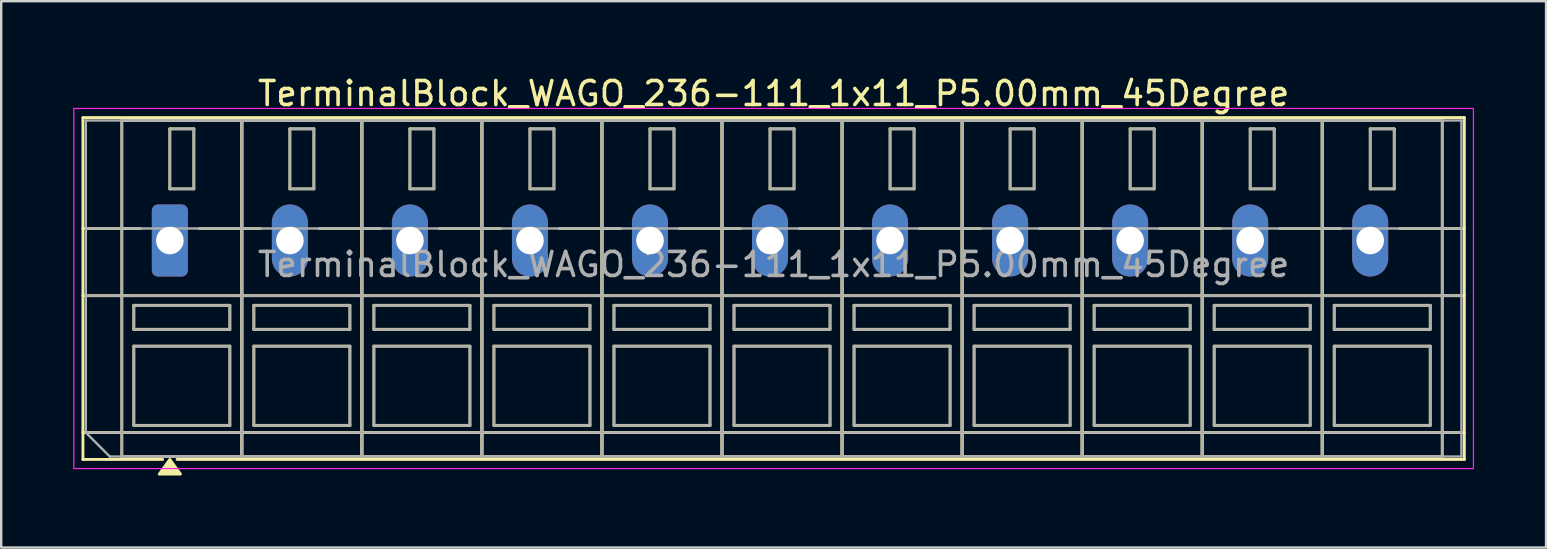
<source format=kicad_pcb>
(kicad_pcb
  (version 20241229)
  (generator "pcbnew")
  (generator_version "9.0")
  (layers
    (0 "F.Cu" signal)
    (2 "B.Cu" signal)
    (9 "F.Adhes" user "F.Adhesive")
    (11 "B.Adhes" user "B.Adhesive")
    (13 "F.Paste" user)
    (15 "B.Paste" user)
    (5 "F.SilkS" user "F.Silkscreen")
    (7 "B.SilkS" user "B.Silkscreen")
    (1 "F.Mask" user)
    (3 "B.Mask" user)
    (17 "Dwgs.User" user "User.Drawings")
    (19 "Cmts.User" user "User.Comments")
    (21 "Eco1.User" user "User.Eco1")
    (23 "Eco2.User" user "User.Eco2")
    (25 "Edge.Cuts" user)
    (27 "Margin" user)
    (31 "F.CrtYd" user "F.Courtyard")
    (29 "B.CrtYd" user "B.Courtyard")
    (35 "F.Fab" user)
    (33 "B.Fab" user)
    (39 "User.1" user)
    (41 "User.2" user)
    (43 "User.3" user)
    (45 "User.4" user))
  (footprint "TerminalBlock_WAGO_236-111_1x11_P5.00mm_45Degree"
    (layer "F.Cu")
    (at 4.025 6.968)
    (property "Reference" "TerminalBlock_WAGO_236-111_1x11_P5.00mm_45Degree" (at 25.15 -6.12 0) (layer "F.SilkS") (effects (font (size 1 1) (thickness 0.15))))
    (attr through_hole)
    (fp_line (start -3.62 -5.12) (end -3.62 9.12) (stroke (width 0.12) (type solid)) (layer "F.SilkS"))
    (fp_line (start -3.62 -5.12) (end 53.92 -5.12) (stroke (width 0.12) (type solid)) (layer "F.SilkS"))
    (fp_line (start -3.62 -0.5) (end -1.23 -0.5) (stroke (width 0.12) (type solid)) (layer "F.SilkS"))
    (fp_line (start -3.62 2.3) (end 53.92 2.3) (stroke (width 0.12) (type solid)) (layer "F.SilkS"))
    (fp_line (start -3.62 8) (end 53.92 8) (stroke (width 0.12) (type solid)) (layer "F.SilkS"))
    (fp_line (start -3.62 9.12) (end -0.3 9.12) (stroke (width 0.12) (type solid)) (layer "F.SilkS"))
    (fp_line (start -2 -5) (end -2 9) (stroke (width 0.12) (type solid)) (layer "F.SilkS"))
    (fp_line (start -2 -5) (end 3 -5) (stroke (width 0.12) (type solid)) (layer "F.SilkS"))
    (fp_line (start -2 9) (end 3 9) (stroke (width 0.12) (type solid)) (layer "F.SilkS"))
    (fp_line (start -1.5 2.7) (end -1.5 3.7) (stroke (width 0.12) (type solid)) (layer "F.SilkS"))
    (fp_line (start -1.5 2.7) (end 2.5 2.7) (stroke (width 0.12) (type solid)) (layer "F.SilkS"))
    (fp_line (start -1.5 3.7) (end 2.5 3.7) (stroke (width 0.12) (type solid)) (layer "F.SilkS"))
    (fp_line (start -1.5 4.4) (end -1.5 7.7) (stroke (width 0.12) (type solid)) (layer "F.SilkS"))
    (fp_line (start -1.5 4.4) (end 2.5 4.4) (stroke (width 0.12) (type solid)) (layer "F.SilkS"))
    (fp_line (start -1.5 7.7) (end 2.5 7.7) (stroke (width 0.12) (type solid)) (layer "F.SilkS"))
    (fp_line (start 0 -4.65) (end 0 -2.15) (stroke (width 0.12) (type solid)) (layer "F.SilkS"))
    (fp_line (start 0 -4.65) (end 1 -4.65) (stroke (width 0.12) (type solid)) (layer "F.SilkS"))
    (fp_line (start 0 -2.15) (end 1 -2.15) (stroke (width 0.12) (type solid)) (layer "F.SilkS"))
    (fp_line (start 0.3 9.12) (end 53.92 9.12) (stroke (width 0.12) (type solid)) (layer "F.SilkS"))
    (fp_line (start 1 -4.65) (end 1 -2.15) (stroke (width 0.12) (type solid)) (layer "F.SilkS"))
    (fp_line (start 1.23 -0.5) (end 3.77 -0.5) (stroke (width 0.12) (type solid)) (layer "F.SilkS"))
    (fp_line (start 2.5 2.7) (end 2.5 3.7) (stroke (width 0.12) (type solid)) (layer "F.SilkS"))
    (fp_line (start 2.5 4.4) (end 2.5 7.7) (stroke (width 0.12) (type solid)) (layer "F.SilkS"))
    (fp_line (start 3 -5) (end 3 9) (stroke (width 0.12) (type solid)) (layer "F.SilkS"))
    (fp_line (start 3 -5) (end 3 9) (stroke (width 0.12) (type solid)) (layer "F.SilkS"))
    (fp_line (start 3 -5) (end 8 -5) (stroke (width 0.12) (type solid)) (layer "F.SilkS"))
    (fp_line (start 3 9) (end 8 9) (stroke (width 0.12) (type solid)) (layer "F.SilkS"))
    (fp_line (start 3.5 2.7) (end 3.5 3.7) (stroke (width 0.12) (type solid)) (layer "F.SilkS"))
    (fp_line (start 3.5 2.7) (end 7.5 2.7) (stroke (width 0.12) (type solid)) (layer "F.SilkS"))
    (fp_line (start 3.5 3.7) (end 7.5 3.7) (stroke (width 0.12) (type solid)) (layer "F.SilkS"))
    (fp_line (start 3.5 4.4) (end 3.5 7.7) (stroke (width 0.12) (type solid)) (layer "F.SilkS"))
    (fp_line (start 3.5 4.4) (end 7.5 4.4) (stroke (width 0.12) (type solid)) (layer "F.SilkS"))
    (fp_line (start 3.5 7.7) (end 7.5 7.7) (stroke (width 0.12) (type solid)) (layer "F.SilkS"))
    (fp_line (start 5 -4.65) (end 5 -2.15) (stroke (width 0.12) (type solid)) (layer "F.SilkS"))
    (fp_line (start 5 -4.65) (end 6 -4.65) (stroke (width 0.12) (type solid)) (layer "F.SilkS"))
    (fp_line (start 5 -2.15) (end 6 -2.15) (stroke (width 0.12) (type solid)) (layer "F.SilkS"))
    (fp_line (start 6 -4.65) (end 6 -2.15) (stroke (width 0.12) (type solid)) (layer "F.SilkS"))
    (fp_line (start 6.23 -0.5) (end 8.77 -0.5) (stroke (width 0.12) (type solid)) (layer "F.SilkS"))
    (fp_line (start 7.5 2.7) (end 7.5 3.7) (stroke (width 0.12) (type solid)) (layer "F.SilkS"))
    (fp_line (start 7.5 4.4) (end 7.5 7.7) (stroke (width 0.12) (type solid)) (layer "F.SilkS"))
    (fp_line (start 8 -5) (end 8 9) (stroke (width 0.12) (type solid)) (layer "F.SilkS"))
    (fp_line (start 8 -5) (end 8 9) (stroke (width 0.12) (type solid)) (layer "F.SilkS"))
    (fp_line (start 8 -5) (end 13 -5) (stroke (width 0.12) (type solid)) (layer "F.SilkS"))
    (fp_line (start 8 9) (end 13 9) (stroke (width 0.12) (type solid)) (layer "F.SilkS"))
    (fp_line (start 8.5 2.7) (end 8.5 3.7) (stroke (width 0.12) (type solid)) (layer "F.SilkS"))
    (fp_line (start 8.5 2.7) (end 12.5 2.7) (stroke (width 0.12) (type solid)) (layer "F.SilkS"))
    (fp_line (start 8.5 3.7) (end 12.5 3.7) (stroke (width 0.12) (type solid)) (layer "F.SilkS"))
    (fp_line (start 8.5 4.4) (end 8.5 7.7) (stroke (width 0.12) (type solid)) (layer "F.SilkS"))
    (fp_line (start 8.5 4.4) (end 12.5 4.4) (stroke (width 0.12) (type solid)) (layer "F.SilkS"))
    (fp_line (start 8.5 7.7) (end 12.5 7.7) (stroke (width 0.12) (type solid)) (layer "F.SilkS"))
    (fp_line (start 10 -4.65) (end 10 -2.15) (stroke (width 0.12) (type solid)) (layer "F.SilkS"))
    (fp_line (start 10 -4.65) (end 11 -4.65) (stroke (width 0.12) (type solid)) (layer "F.SilkS"))
    (fp_line (start 10 -2.15) (end 11 -2.15) (stroke (width 0.12) (type solid)) (layer "F.SilkS"))
    (fp_line (start 11 -4.65) (end 11 -2.15) (stroke (width 0.12) (type solid)) (layer "F.SilkS"))
    (fp_line (start 11.23 -0.5) (end 13.77 -0.5) (stroke (width 0.12) (type solid)) (layer "F.SilkS"))
    (fp_line (start 12.5 2.7) (end 12.5 3.7) (stroke (width 0.12) (type solid)) (layer "F.SilkS"))
    (fp_line (start 12.5 4.4) (end 12.5 7.7) (stroke (width 0.12) (type solid)) (layer "F.SilkS"))
    (fp_line (start 13 -5) (end 13 9) (stroke (width 0.12) (type solid)) (layer "F.SilkS"))
    (fp_line (start 13 -5) (end 13 9) (stroke (width 0.12) (type solid)) (layer "F.SilkS"))
    (fp_line (start 13 -5) (end 18 -5) (stroke (width 0.12) (type solid)) (layer "F.SilkS"))
    (fp_line (start 13 9) (end 18 9) (stroke (width 0.12) (type solid)) (layer "F.SilkS"))
    (fp_line (start 13.5 2.7) (end 13.5 3.7) (stroke (width 0.12) (type solid)) (layer "F.SilkS"))
    (fp_line (start 13.5 2.7) (end 17.5 2.7) (stroke (width 0.12) (type solid)) (layer "F.SilkS"))
    (fp_line (start 13.5 3.7) (end 17.5 3.7) (stroke (width 0.12) (type solid)) (layer "F.SilkS"))
    (fp_line (start 13.5 4.4) (end 13.5 7.7) (stroke (width 0.12) (type solid)) (layer "F.SilkS"))
    (fp_line (start 13.5 4.4) (end 17.5 4.4) (stroke (width 0.12) (type solid)) (layer "F.SilkS"))
    (fp_line (start 13.5 7.7) (end 17.5 7.7) (stroke (width 0.12) (type solid)) (layer "F.SilkS"))
    (fp_line (start 15 -4.65) (end 15 -2.15) (stroke (width 0.12) (type solid)) (layer "F.SilkS"))
    (fp_line (start 15 -4.65) (end 16 -4.65) (stroke (width 0.12) (type solid)) (layer "F.SilkS"))
    (fp_line (start 15 -2.15) (end 16 -2.15) (stroke (width 0.12) (type solid)) (layer "F.SilkS"))
    (fp_line (start 16 -4.65) (end 16 -2.15) (stroke (width 0.12) (type solid)) (layer "F.SilkS"))
    (fp_line (start 16.23 -0.5) (end 18.77 -0.5) (stroke (width 0.12) (type solid)) (layer "F.SilkS"))
    (fp_line (start 17.5 2.7) (end 17.5 3.7) (stroke (width 0.12) (type solid)) (layer "F.SilkS"))
    (fp_line (start 17.5 4.4) (end 17.5 7.7) (stroke (width 0.12) (type solid)) (layer "F.SilkS"))
    (fp_line (start 18 -5) (end 18 9) (stroke (width 0.12) (type solid)) (layer "F.SilkS"))
    (fp_line (start 18 -5) (end 18 9) (stroke (width 0.12) (type solid)) (layer "F.SilkS"))
    (fp_line (start 18 -5) (end 23 -5) (stroke (width 0.12) (type solid)) (layer "F.SilkS"))
    (fp_line (start 18 9) (end 23 9) (stroke (width 0.12) (type solid)) (layer "F.SilkS"))
    (fp_line (start 18.5 2.7) (end 18.5 3.7) (stroke (width 0.12) (type solid)) (layer "F.SilkS"))
    (fp_line (start 18.5 2.7) (end 22.5 2.7) (stroke (width 0.12) (type solid)) (layer "F.SilkS"))
    (fp_line (start 18.5 3.7) (end 22.5 3.7) (stroke (width 0.12) (type solid)) (layer "F.SilkS"))
    (fp_line (start 18.5 4.4) (end 18.5 7.7) (stroke (width 0.12) (type solid)) (layer "F.SilkS"))
    (fp_line (start 18.5 4.4) (end 22.5 4.4) (stroke (width 0.12) (type solid)) (layer "F.SilkS"))
    (fp_line (start 18.5 7.7) (end 22.5 7.7) (stroke (width 0.12) (type solid)) (layer "F.SilkS"))
    (fp_line (start 20 -4.65) (end 20 -2.15) (stroke (width 0.12) (type solid)) (layer "F.SilkS"))
    (fp_line (start 20 -4.65) (end 21 -4.65) (stroke (width 0.12) (type solid)) (layer "F.SilkS"))
    (fp_line (start 20 -2.15) (end 21 -2.15) (stroke (width 0.12) (type solid)) (layer "F.SilkS"))
    (fp_line (start 21 -4.65) (end 21 -2.15) (stroke (width 0.12) (type solid)) (layer "F.SilkS"))
    (fp_line (start 21.23 -0.5) (end 23.77 -0.5) (stroke (width 0.12) (type solid)) (layer "F.SilkS"))
    (fp_line (start 22.5 2.7) (end 22.5 3.7) (stroke (width 0.12) (type solid)) (layer "F.SilkS"))
    (fp_line (start 22.5 4.4) (end 22.5 7.7) (stroke (width 0.12) (type solid)) (layer "F.SilkS"))
    (fp_line (start 23 -5) (end 23 9) (stroke (width 0.12) (type solid)) (layer "F.SilkS"))
    (fp_line (start 23 -5) (end 23 9) (stroke (width 0.12) (type solid)) (layer "F.SilkS"))
    (fp_line (start 23 -5) (end 28 -5) (stroke (width 0.12) (type solid)) (layer "F.SilkS"))
    (fp_line (start 23 9) (end 28 9) (stroke (width 0.12) (type solid)) (layer "F.SilkS"))
    (fp_line (start 23.5 2.7) (end 23.5 3.7) (stroke (width 0.12) (type solid)) (layer "F.SilkS"))
    (fp_line (start 23.5 2.7) (end 27.5 2.7) (stroke (width 0.12) (type solid)) (layer "F.SilkS"))
    (fp_line (start 23.5 3.7) (end 27.5 3.7) (stroke (width 0.12) (type solid)) (layer "F.SilkS"))
    (fp_line (start 23.5 4.4) (end 23.5 7.7) (stroke (width 0.12) (type solid)) (layer "F.SilkS"))
    (fp_line (start 23.5 4.4) (end 27.5 4.4) (stroke (width 0.12) (type solid)) (layer "F.SilkS"))
    (fp_line (start 23.5 7.7) (end 27.5 7.7) (stroke (width 0.12) (type solid)) (layer "F.SilkS"))
    (fp_line (start 25 -4.65) (end 25 -2.15) (stroke (width 0.12) (type solid)) (layer "F.SilkS"))
    (fp_line (start 25 -4.65) (end 26 -4.65) (stroke (width 0.12) (type solid)) (layer "F.SilkS"))
    (fp_line (start 25 -2.15) (end 26 -2.15) (stroke (width 0.12) (type solid)) (layer "F.SilkS"))
    (fp_line (start 26 -4.65) (end 26 -2.15) (stroke (width 0.12) (type solid)) (layer "F.SilkS"))
    (fp_line (start 26.23 -0.5) (end 28.77 -0.5) (stroke (width 0.12) (type solid)) (layer "F.SilkS"))
    (fp_line (start 27.5 2.7) (end 27.5 3.7) (stroke (width 0.12) (type solid)) (layer "F.SilkS"))
    (fp_line (start 27.5 4.4) (end 27.5 7.7) (stroke (width 0.12) (type solid)) (layer "F.SilkS"))
    (fp_line (start 28 -5) (end 28 9) (stroke (width 0.12) (type solid)) (layer "F.SilkS"))
    (fp_line (start 28 -5) (end 28 9) (stroke (width 0.12) (type solid)) (layer "F.SilkS"))
    (fp_line (start 28 -5) (end 33 -5) (stroke (width 0.12) (type solid)) (layer "F.SilkS"))
    (fp_line (start 28 9) (end 33 9) (stroke (width 0.12) (type solid)) (layer "F.SilkS"))
    (fp_line (start 28.5 2.7) (end 28.5 3.7) (stroke (width 0.12) (type solid)) (layer "F.SilkS"))
    (fp_line (start 28.5 2.7) (end 32.5 2.7) (stroke (width 0.12) (type solid)) (layer "F.SilkS"))
    (fp_line (start 28.5 3.7) (end 32.5 3.7) (stroke (width 0.12) (type solid)) (layer "F.SilkS"))
    (fp_line (start 28.5 4.4) (end 28.5 7.7) (stroke (width 0.12) (type solid)) (layer "F.SilkS"))
    (fp_line (start 28.5 4.4) (end 32.5 4.4) (stroke (width 0.12) (type solid)) (layer "F.SilkS"))
    (fp_line (start 28.5 7.7) (end 32.5 7.7) (stroke (width 0.12) (type solid)) (layer "F.SilkS"))
    (fp_line (start 30 -4.65) (end 30 -2.15) (stroke (width 0.12) (type solid)) (layer "F.SilkS"))
    (fp_line (start 30 -4.65) (end 31 -4.65) (stroke (width 0.12) (type solid)) (layer "F.SilkS"))
    (fp_line (start 30 -2.15) (end 31 -2.15) (stroke (width 0.12) (type solid)) (layer "F.SilkS"))
    (fp_line (start 31 -4.65) (end 31 -2.15) (stroke (width 0.12) (type solid)) (layer "F.SilkS"))
    (fp_line (start 31.23 -0.5) (end 33.77 -0.5) (stroke (width 0.12) (type solid)) (layer "F.SilkS"))
    (fp_line (start 32.5 2.7) (end 32.5 3.7) (stroke (width 0.12) (type solid)) (layer "F.SilkS"))
    (fp_line (start 32.5 4.4) (end 32.5 7.7) (stroke (width 0.12) (type solid)) (layer "F.SilkS"))
    (fp_line (start 33 -5) (end 33 9) (stroke (width 0.12) (type solid)) (layer "F.SilkS"))
    (fp_line (start 33 -5) (end 33 9) (stroke (width 0.12) (type solid)) (layer "F.SilkS"))
    (fp_line (start 33 -5) (end 38 -5) (stroke (width 0.12) (type solid)) (layer "F.SilkS"))
    (fp_line (start 33 9) (end 38 9) (stroke (width 0.12) (type solid)) (layer "F.SilkS"))
    (fp_line (start 33.5 2.7) (end 33.5 3.7) (stroke (width 0.12) (type solid)) (layer "F.SilkS"))
    (fp_line (start 33.5 2.7) (end 37.5 2.7) (stroke (width 0.12) (type solid)) (layer "F.SilkS"))
    (fp_line (start 33.5 3.7) (end 37.5 3.7) (stroke (width 0.12) (type solid)) (layer "F.SilkS"))
    (fp_line (start 33.5 4.4) (end 33.5 7.7) (stroke (width 0.12) (type solid)) (layer "F.SilkS"))
    (fp_line (start 33.5 4.4) (end 37.5 4.4) (stroke (width 0.12) (type solid)) (layer "F.SilkS"))
    (fp_line (start 33.5 7.7) (end 37.5 7.7) (stroke (width 0.12) (type solid)) (layer "F.SilkS"))
    (fp_line (start 35 -4.65) (end 35 -2.15) (stroke (width 0.12) (type solid)) (layer "F.SilkS"))
    (fp_line (start 35 -4.65) (end 36 -4.65) (stroke (width 0.12) (type solid)) (layer "F.SilkS"))
    (fp_line (start 35 -2.15) (end 36 -2.15) (stroke (width 0.12) (type solid)) (layer "F.SilkS"))
    (fp_line (start 36 -4.65) (end 36 -2.15) (stroke (width 0.12) (type solid)) (layer "F.SilkS"))
    (fp_line (start 36.23 -0.5) (end 38.77 -0.5) (stroke (width 0.12) (type solid)) (layer "F.SilkS"))
    (fp_line (start 37.5 2.7) (end 37.5 3.7) (stroke (width 0.12) (type solid)) (layer "F.SilkS"))
    (fp_line (start 37.5 4.4) (end 37.5 7.7) (stroke (width 0.12) (type solid)) (layer "F.SilkS"))
    (fp_line (start 38 -5) (end 38 9) (stroke (width 0.12) (type solid)) (layer "F.SilkS"))
    (fp_line (start 38 -5) (end 38 9) (stroke (width 0.12) (type solid)) (layer "F.SilkS"))
    (fp_line (start 38 -5) (end 43 -5) (stroke (width 0.12) (type solid)) (layer "F.SilkS"))
    (fp_line (start 38 9) (end 43 9) (stroke (width 0.12) (type solid)) (layer "F.SilkS"))
    (fp_line (start 38.5 2.7) (end 38.5 3.7) (stroke (width 0.12) (type solid)) (layer "F.SilkS"))
    (fp_line (start 38.5 2.7) (end 42.5 2.7) (stroke (width 0.12) (type solid)) (layer "F.SilkS"))
    (fp_line (start 38.5 3.7) (end 42.5 3.7) (stroke (width 0.12) (type solid)) (layer "F.SilkS"))
    (fp_line (start 38.5 4.4) (end 38.5 7.7) (stroke (width 0.12) (type solid)) (layer "F.SilkS"))
    (fp_line (start 38.5 4.4) (end 42.5 4.4) (stroke (width 0.12) (type solid)) (layer "F.SilkS"))
    (fp_line (start 38.5 7.7) (end 42.5 7.7) (stroke (width 0.12) (type solid)) (layer "F.SilkS"))
    (fp_line (start 40 -4.65) (end 40 -2.15) (stroke (width 0.12) (type solid)) (layer "F.SilkS"))
    (fp_line (start 40 -4.65) (end 41 -4.65) (stroke (width 0.12) (type solid)) (layer "F.SilkS"))
    (fp_line (start 40 -2.15) (end 41 -2.15) (stroke (width 0.12) (type solid)) (layer "F.SilkS"))
    (fp_line (start 41 -4.65) (end 41 -2.15) (stroke (width 0.12) (type solid)) (layer "F.SilkS"))
    (fp_line (start 41.23 -0.5) (end 43.77 -0.5) (stroke (width 0.12) (type solid)) (layer "F.SilkS"))
    (fp_line (start 42.5 2.7) (end 42.5 3.7) (stroke (width 0.12) (type solid)) (layer "F.SilkS"))
    (fp_line (start 42.5 4.4) (end 42.5 7.7) (stroke (width 0.12) (type solid)) (layer "F.SilkS"))
    (fp_line (start 43 -5) (end 43 9) (stroke (width 0.12) (type solid)) (layer "F.SilkS"))
    (fp_line (start 43 -5) (end 43 9) (stroke (width 0.12) (type solid)) (layer "F.SilkS"))
    (fp_line (start 43 -5) (end 48 -5) (stroke (width 0.12) (type solid)) (layer "F.SilkS"))
    (fp_line (start 43 9) (end 48 9) (stroke (width 0.12) (type solid)) (layer "F.SilkS"))
    (fp_line (start 43.5 2.7) (end 43.5 3.7) (stroke (width 0.12) (type solid)) (layer "F.SilkS"))
    (fp_line (start 43.5 2.7) (end 47.5 2.7) (stroke (width 0.12) (type solid)) (layer "F.SilkS"))
    (fp_line (start 43.5 3.7) (end 47.5 3.7) (stroke (width 0.12) (type solid)) (layer "F.SilkS"))
    (fp_line (start 43.5 4.4) (end 43.5 7.7) (stroke (width 0.12) (type solid)) (layer "F.SilkS"))
    (fp_line (start 43.5 4.4) (end 47.5 4.4) (stroke (width 0.12) (type solid)) (layer "F.SilkS"))
    (fp_line (start 43.5 7.7) (end 47.5 7.7) (stroke (width 0.12) (type solid)) (layer "F.SilkS"))
    (fp_line (start 45 -4.65) (end 45 -2.15) (stroke (width 0.12) (type solid)) (layer "F.SilkS"))
    (fp_line (start 45 -4.65) (end 46 -4.65) (stroke (width 0.12) (type solid)) (layer "F.SilkS"))
    (fp_line (start 45 -2.15) (end 46 -2.15) (stroke (width 0.12) (type solid)) (layer "F.SilkS"))
    (fp_line (start 46 -4.65) (end 46 -2.15) (stroke (width 0.12) (type solid)) (layer "F.SilkS"))
    (fp_line (start 46.23 -0.5) (end 48.77 -0.5) (stroke (width 0.12) (type solid)) (layer "F.SilkS"))
    (fp_line (start 47.5 2.7) (end 47.5 3.7) (stroke (width 0.12) (type solid)) (layer "F.SilkS"))
    (fp_line (start 47.5 4.4) (end 47.5 7.7) (stroke (width 0.12) (type solid)) (layer "F.SilkS"))
    (fp_line (start 48 -5) (end 48 9) (stroke (width 0.12) (type solid)) (layer "F.SilkS"))
    (fp_line (start 48 -5) (end 48 9) (stroke (width 0.12) (type solid)) (layer "F.SilkS"))
    (fp_line (start 48 -5) (end 53 -5) (stroke (width 0.12) (type solid)) (layer "F.SilkS"))
    (fp_line (start 48 9) (end 53 9) (stroke (width 0.12) (type solid)) (layer "F.SilkS"))
    (fp_line (start 48.5 2.7) (end 48.5 3.7) (stroke (width 0.12) (type solid)) (layer "F.SilkS"))
    (fp_line (start 48.5 2.7) (end 52.5 2.7) (stroke (width 0.12) (type solid)) (layer "F.SilkS"))
    (fp_line (start 48.5 3.7) (end 52.5 3.7) (stroke (width 0.12) (type solid)) (layer "F.SilkS"))
    (fp_line (start 48.5 4.4) (end 48.5 7.7) (stroke (width 0.12) (type solid)) (layer "F.SilkS"))
    (fp_line (start 48.5 4.4) (end 52.5 4.4) (stroke (width 0.12) (type solid)) (layer "F.SilkS"))
    (fp_line (start 48.5 7.7) (end 52.5 7.7) (stroke (width 0.12) (type solid)) (layer "F.SilkS"))
    (fp_line (start 50 -4.65) (end 50 -2.15) (stroke (width 0.12) (type solid)) (layer "F.SilkS"))
    (fp_line (start 50 -4.65) (end 51 -4.65) (stroke (width 0.12) (type solid)) (layer "F.SilkS"))
    (fp_line (start 50 -2.15) (end 51 -2.15) (stroke (width 0.12) (type solid)) (layer "F.SilkS"))
    (fp_line (start 51 -4.65) (end 51 -2.15) (stroke (width 0.12) (type solid)) (layer "F.SilkS"))
    (fp_line (start 51.23 -0.5) (end 53.92 -0.5) (stroke (width 0.12) (type solid)) (layer "F.SilkS"))
    (fp_line (start 52.5 2.7) (end 52.5 3.7) (stroke (width 0.12) (type solid)) (layer "F.SilkS"))
    (fp_line (start 52.5 4.4) (end 52.5 7.7) (stroke (width 0.12) (type solid)) (layer "F.SilkS"))
    (fp_line (start 53 -5) (end 53 9) (stroke (width 0.12) (type solid)) (layer "F.SilkS"))
    (fp_line (start 53.92 -5.12) (end 53.92 9.12) (stroke (width 0.12) (type solid)) (layer "F.SilkS"))
    (fp_poly (pts (xy 0 9.12) (xy 0.44 9.73) (xy -0.44 9.73)) (stroke (width 0.12) (type solid)) (fill yes) (layer "F.SilkS"))
    (fp_line (start -4 -5.5) (end -4 9.5) (stroke (width 0.05) (type solid)) (layer "F.CrtYd"))
    (fp_line (start -4 9.5) (end 54.3 9.5) (stroke (width 0.05) (type solid)) (layer "F.CrtYd"))
    (fp_line (start 54.3 -5.5) (end -4 -5.5) (stroke (width 0.05) (type solid)) (layer "F.CrtYd"))
    (fp_line (start 54.3 9.5) (end 54.3 -5.5) (stroke (width 0.05) (type solid)) (layer "F.CrtYd"))
    (fp_line (start -3.5 -5) (end 53.8 -5) (stroke (width 0.1) (type solid)) (layer "F.Fab"))
    (fp_line (start -3.5 -0.5) (end 53.8 -0.5) (stroke (width 0.1) (type solid)) (layer "F.Fab"))
    (fp_line (start -3.5 2.3) (end 53.8 2.3) (stroke (width 0.1) (type solid)) (layer "F.Fab"))
    (fp_line (start -3.5 8) (end -3.5 -5) (stroke (width 0.1) (type solid)) (layer "F.Fab"))
    (fp_line (start -3.5 8) (end 53.8 8) (stroke (width 0.1) (type solid)) (layer "F.Fab"))
    (fp_line (start -2.5 9) (end -3.5 8) (stroke (width 0.1) (type solid)) (layer "F.Fab"))
    (fp_line (start -2 -5) (end -2 9) (stroke (width 0.1) (type solid)) (layer "F.Fab"))
    (fp_line (start -2 9) (end 3 9) (stroke (width 0.1) (type solid)) (layer "F.Fab"))
    (fp_line (start -1.5 2.7) (end -1.5 3.7) (stroke (width 0.1) (type solid)) (layer "F.Fab"))
    (fp_line (start -1.5 3.7) (end 2.5 3.7) (stroke (width 0.1) (type solid)) (layer "F.Fab"))
    (fp_line (start -1.5 4.4) (end -1.5 7.7) (stroke (width 0.1) (type solid)) (layer "F.Fab"))
    (fp_line (start -1.5 7.7) (end 2.5 7.7) (stroke (width 0.1) (type solid)) (layer "F.Fab"))
    (fp_line (start 0 -4.65) (end 0 -2.15) (stroke (width 0.1) (type solid)) (layer "F.Fab"))
    (fp_line (start 0 -2.15) (end 1 -2.15) (stroke (width 0.1) (type solid)) (layer "F.Fab"))
    (fp_line (start 1 -4.65) (end 0 -4.65) (stroke (width 0.1) (type solid)) (layer "F.Fab"))
    (fp_line (start 1 -2.15) (end 1 -4.65) (stroke (width 0.1) (type solid)) (layer "F.Fab"))
    (fp_line (start 2.5 2.7) (end -1.5 2.7) (stroke (width 0.1) (type solid)) (layer "F.Fab"))
    (fp_line (start 2.5 3.7) (end 2.5 2.7) (stroke (width 0.1) (type solid)) (layer "F.Fab"))
    (fp_line (start 2.5 4.4) (end -1.5 4.4) (stroke (width 0.1) (type solid)) (layer "F.Fab"))
    (fp_line (start 2.5 7.7) (end 2.5 4.4) (stroke (width 0.1) (type solid)) (layer "F.Fab"))
    (fp_line (start 3 -5) (end -2 -5) (stroke (width 0.1) (type solid)) (layer "F.Fab"))
    (fp_line (start 3 -5) (end 3 9) (stroke (width 0.1) (type solid)) (layer "F.Fab"))
    (fp_line (start 3 9) (end 3 -5) (stroke (width 0.1) (type solid)) (layer "F.Fab"))
    (fp_line (start 3 9) (end 8 9) (stroke (width 0.1) (type solid)) (layer "F.Fab"))
    (fp_line (start 3.5 2.7) (end 3.5 3.7) (stroke (width 0.1) (type solid)) (layer "F.Fab"))
    (fp_line (start 3.5 3.7) (end 7.5 3.7) (stroke (width 0.1) (type solid)) (layer "F.Fab"))
    (fp_line (start 3.5 4.4) (end 3.5 7.7) (stroke (width 0.1) (type solid)) (layer "F.Fab"))
    (fp_line (start 3.5 7.7) (end 7.5 7.7) (stroke (width 0.1) (type solid)) (layer "F.Fab"))
    (fp_line (start 5 -4.65) (end 5 -2.15) (stroke (width 0.1) (type solid)) (layer "F.Fab"))
    (fp_line (start 5 -2.15) (end 6 -2.15) (stroke (width 0.1) (type solid)) (layer "F.Fab"))
    (fp_line (start 6 -4.65) (end 5 -4.65) (stroke (width 0.1) (type solid)) (layer "F.Fab"))
    (fp_line (start 6 -2.15) (end 6 -4.65) (stroke (width 0.1) (type solid)) (layer "F.Fab"))
    (fp_line (start 7.5 2.7) (end 3.5 2.7) (stroke (width 0.1) (type solid)) (layer "F.Fab"))
    (fp_line (start 7.5 3.7) (end 7.5 2.7) (stroke (width 0.1) (type solid)) (layer "F.Fab"))
    (fp_line (start 7.5 4.4) (end 3.5 4.4) (stroke (width 0.1) (type solid)) (layer "F.Fab"))
    (fp_line (start 7.5 7.7) (end 7.5 4.4) (stroke (width 0.1) (type solid)) (layer "F.Fab"))
    (fp_line (start 8 -5) (end 3 -5) (stroke (width 0.1) (type solid)) (layer "F.Fab"))
    (fp_line (start 8 -5) (end 8 9) (stroke (width 0.1) (type solid)) (layer "F.Fab"))
    (fp_line (start 8 9) (end 8 -5) (stroke (width 0.1) (type solid)) (layer "F.Fab"))
    (fp_line (start 8 9) (end 13 9) (stroke (width 0.1) (type solid)) (layer "F.Fab"))
    (fp_line (start 8.5 2.7) (end 8.5 3.7) (stroke (width 0.1) (type solid)) (layer "F.Fab"))
    (fp_line (start 8.5 3.7) (end 12.5 3.7) (stroke (width 0.1) (type solid)) (layer "F.Fab"))
    (fp_line (start 8.5 4.4) (end 8.5 7.7) (stroke (width 0.1) (type solid)) (layer "F.Fab"))
    (fp_line (start 8.5 7.7) (end 12.5 7.7) (stroke (width 0.1) (type solid)) (layer "F.Fab"))
    (fp_line (start 10 -4.65) (end 10 -2.15) (stroke (width 0.1) (type solid)) (layer "F.Fab"))
    (fp_line (start 10 -2.15) (end 11 -2.15) (stroke (width 0.1) (type solid)) (layer "F.Fab"))
    (fp_line (start 11 -4.65) (end 10 -4.65) (stroke (width 0.1) (type solid)) (layer "F.Fab"))
    (fp_line (start 11 -2.15) (end 11 -4.65) (stroke (width 0.1) (type solid)) (layer "F.Fab"))
    (fp_line (start 12.5 2.7) (end 8.5 2.7) (stroke (width 0.1) (type solid)) (layer "F.Fab"))
    (fp_line (start 12.5 3.7) (end 12.5 2.7) (stroke (width 0.1) (type solid)) (layer "F.Fab"))
    (fp_line (start 12.5 4.4) (end 8.5 4.4) (stroke (width 0.1) (type solid)) (layer "F.Fab"))
    (fp_line (start 12.5 7.7) (end 12.5 4.4) (stroke (width 0.1) (type solid)) (layer "F.Fab"))
    (fp_line (start 13 -5) (end 8 -5) (stroke (width 0.1) (type solid)) (layer "F.Fab"))
    (fp_line (start 13 -5) (end 13 9) (stroke (width 0.1) (type solid)) (layer "F.Fab"))
    (fp_line (start 13 9) (end 13 -5) (stroke (width 0.1) (type solid)) (layer "F.Fab"))
    (fp_line (start 13 9) (end 18 9) (stroke (width 0.1) (type solid)) (layer "F.Fab"))
    (fp_line (start 13.5 2.7) (end 13.5 3.7) (stroke (width 0.1) (type solid)) (layer "F.Fab"))
    (fp_line (start 13.5 3.7) (end 17.5 3.7) (stroke (width 0.1) (type solid)) (layer "F.Fab"))
    (fp_line (start 13.5 4.4) (end 13.5 7.7) (stroke (width 0.1) (type solid)) (layer "F.Fab"))
    (fp_line (start 13.5 7.7) (end 17.5 7.7) (stroke (width 0.1) (type solid)) (layer "F.Fab"))
    (fp_line (start 15 -4.65) (end 15 -2.15) (stroke (width 0.1) (type solid)) (layer "F.Fab"))
    (fp_line (start 15 -2.15) (end 16 -2.15) (stroke (width 0.1) (type solid)) (layer "F.Fab"))
    (fp_line (start 16 -4.65) (end 15 -4.65) (stroke (width 0.1) (type solid)) (layer "F.Fab"))
    (fp_line (start 16 -2.15) (end 16 -4.65) (stroke (width 0.1) (type solid)) (layer "F.Fab"))
    (fp_line (start 17.5 2.7) (end 13.5 2.7) (stroke (width 0.1) (type solid)) (layer "F.Fab"))
    (fp_line (start 17.5 3.7) (end 17.5 2.7) (stroke (width 0.1) (type solid)) (layer "F.Fab"))
    (fp_line (start 17.5 4.4) (end 13.5 4.4) (stroke (width 0.1) (type solid)) (layer "F.Fab"))
    (fp_line (start 17.5 7.7) (end 17.5 4.4) (stroke (width 0.1) (type solid)) (layer "F.Fab"))
    (fp_line (start 18 -5) (end 13 -5) (stroke (width 0.1) (type solid)) (layer "F.Fab"))
    (fp_line (start 18 -5) (end 18 9) (stroke (width 0.1) (type solid)) (layer "F.Fab"))
    (fp_line (start 18 9) (end 18 -5) (stroke (width 0.1) (type solid)) (layer "F.Fab"))
    (fp_line (start 18 9) (end 23 9) (stroke (width 0.1) (type solid)) (layer "F.Fab"))
    (fp_line (start 18.5 2.7) (end 18.5 3.7) (stroke (width 0.1) (type solid)) (layer "F.Fab"))
    (fp_line (start 18.5 3.7) (end 22.5 3.7) (stroke (width 0.1) (type solid)) (layer "F.Fab"))
    (fp_line (start 18.5 4.4) (end 18.5 7.7) (stroke (width 0.1) (type solid)) (layer "F.Fab"))
    (fp_line (start 18.5 7.7) (end 22.5 7.7) (stroke (width 0.1) (type solid)) (layer "F.Fab"))
    (fp_line (start 20 -4.65) (end 20 -2.15) (stroke (width 0.1) (type solid)) (layer "F.Fab"))
    (fp_line (start 20 -2.15) (end 21 -2.15) (stroke (width 0.1) (type solid)) (layer "F.Fab"))
    (fp_line (start 21 -4.65) (end 20 -4.65) (stroke (width 0.1) (type solid)) (layer "F.Fab"))
    (fp_line (start 21 -2.15) (end 21 -4.65) (stroke (width 0.1) (type solid)) (layer "F.Fab"))
    (fp_line (start 22.5 2.7) (end 18.5 2.7) (stroke (width 0.1) (type solid)) (layer "F.Fab"))
    (fp_line (start 22.5 3.7) (end 22.5 2.7) (stroke (width 0.1) (type solid)) (layer "F.Fab"))
    (fp_line (start 22.5 4.4) (end 18.5 4.4) (stroke (width 0.1) (type solid)) (layer "F.Fab"))
    (fp_line (start 22.5 7.7) (end 22.5 4.4) (stroke (width 0.1) (type solid)) (layer "F.Fab"))
    (fp_line (start 23 -5) (end 18 -5) (stroke (width 0.1) (type solid)) (layer "F.Fab"))
    (fp_line (start 23 -5) (end 23 9) (stroke (width 0.1) (type solid)) (layer "F.Fab"))
    (fp_line (start 23 9) (end 23 -5) (stroke (width 0.1) (type solid)) (layer "F.Fab"))
    (fp_line (start 23 9) (end 28 9) (stroke (width 0.1) (type solid)) (layer "F.Fab"))
    (fp_line (start 23.5 2.7) (end 23.5 3.7) (stroke (width 0.1) (type solid)) (layer "F.Fab"))
    (fp_line (start 23.5 3.7) (end 27.5 3.7) (stroke (width 0.1) (type solid)) (layer "F.Fab"))
    (fp_line (start 23.5 4.4) (end 23.5 7.7) (stroke (width 0.1) (type solid)) (layer "F.Fab"))
    (fp_line (start 23.5 7.7) (end 27.5 7.7) (stroke (width 0.1) (type solid)) (layer "F.Fab"))
    (fp_line (start 25 -4.65) (end 25 -2.15) (stroke (width 0.1) (type solid)) (layer "F.Fab"))
    (fp_line (start 25 -2.15) (end 26 -2.15) (stroke (width 0.1) (type solid)) (layer "F.Fab"))
    (fp_line (start 26 -4.65) (end 25 -4.65) (stroke (width 0.1) (type solid)) (layer "F.Fab"))
    (fp_line (start 26 -2.15) (end 26 -4.65) (stroke (width 0.1) (type solid)) (layer "F.Fab"))
    (fp_line (start 27.5 2.7) (end 23.5 2.7) (stroke (width 0.1) (type solid)) (layer "F.Fab"))
    (fp_line (start 27.5 3.7) (end 27.5 2.7) (stroke (width 0.1) (type solid)) (layer "F.Fab"))
    (fp_line (start 27.5 4.4) (end 23.5 4.4) (stroke (width 0.1) (type solid)) (layer "F.Fab"))
    (fp_line (start 27.5 7.7) (end 27.5 4.4) (stroke (width 0.1) (type solid)) (layer "F.Fab"))
    (fp_line (start 28 -5) (end 23 -5) (stroke (width 0.1) (type solid)) (layer "F.Fab"))
    (fp_line (start 28 -5) (end 28 9) (stroke (width 0.1) (type solid)) (layer "F.Fab"))
    (fp_line (start 28 9) (end 28 -5) (stroke (width 0.1) (type solid)) (layer "F.Fab"))
    (fp_line (start 28 9) (end 33 9) (stroke (width 0.1) (type solid)) (layer "F.Fab"))
    (fp_line (start 28.5 2.7) (end 28.5 3.7) (stroke (width 0.1) (type solid)) (layer "F.Fab"))
    (fp_line (start 28.5 3.7) (end 32.5 3.7) (stroke (width 0.1) (type solid)) (layer "F.Fab"))
    (fp_line (start 28.5 4.4) (end 28.5 7.7) (stroke (width 0.1) (type solid)) (layer "F.Fab"))
    (fp_line (start 28.5 7.7) (end 32.5 7.7) (stroke (width 0.1) (type solid)) (layer "F.Fab"))
    (fp_line (start 30 -4.65) (end 30 -2.15) (stroke (width 0.1) (type solid)) (layer "F.Fab"))
    (fp_line (start 30 -2.15) (end 31 -2.15) (stroke (width 0.1) (type solid)) (layer "F.Fab"))
    (fp_line (start 31 -4.65) (end 30 -4.65) (stroke (width 0.1) (type solid)) (layer "F.Fab"))
    (fp_line (start 31 -2.15) (end 31 -4.65) (stroke (width 0.1) (type solid)) (layer "F.Fab"))
    (fp_line (start 32.5 2.7) (end 28.5 2.7) (stroke (width 0.1) (type solid)) (layer "F.Fab"))
    (fp_line (start 32.5 3.7) (end 32.5 2.7) (stroke (width 0.1) (type solid)) (layer "F.Fab"))
    (fp_line (start 32.5 4.4) (end 28.5 4.4) (stroke (width 0.1) (type solid)) (layer "F.Fab"))
    (fp_line (start 32.5 7.7) (end 32.5 4.4) (stroke (width 0.1) (type solid)) (layer "F.Fab"))
    (fp_line (start 33 -5) (end 28 -5) (stroke (width 0.1) (type solid)) (layer "F.Fab"))
    (fp_line (start 33 -5) (end 33 9) (stroke (width 0.1) (type solid)) (layer "F.Fab"))
    (fp_line (start 33 9) (end 33 -5) (stroke (width 0.1) (type solid)) (layer "F.Fab"))
    (fp_line (start 33 9) (end 38 9) (stroke (width 0.1) (type solid)) (layer "F.Fab"))
    (fp_line (start 33.5 2.7) (end 33.5 3.7) (stroke (width 0.1) (type solid)) (layer "F.Fab"))
    (fp_line (start 33.5 3.7) (end 37.5 3.7) (stroke (width 0.1) (type solid)) (layer "F.Fab"))
    (fp_line (start 33.5 4.4) (end 33.5 7.7) (stroke (width 0.1) (type solid)) (layer "F.Fab"))
    (fp_line (start 33.5 7.7) (end 37.5 7.7) (stroke (width 0.1) (type solid)) (layer "F.Fab"))
    (fp_line (start 35 -4.65) (end 35 -2.15) (stroke (width 0.1) (type solid)) (layer "F.Fab"))
    (fp_line (start 35 -2.15) (end 36 -2.15) (stroke (width 0.1) (type solid)) (layer "F.Fab"))
    (fp_line (start 36 -4.65) (end 35 -4.65) (stroke (width 0.1) (type solid)) (layer "F.Fab"))
    (fp_line (start 36 -2.15) (end 36 -4.65) (stroke (width 0.1) (type solid)) (layer "F.Fab"))
    (fp_line (start 37.5 2.7) (end 33.5 2.7) (stroke (width 0.1) (type solid)) (layer "F.Fab"))
    (fp_line (start 37.5 3.7) (end 37.5 2.7) (stroke (width 0.1) (type solid)) (layer "F.Fab"))
    (fp_line (start 37.5 4.4) (end 33.5 4.4) (stroke (width 0.1) (type solid)) (layer "F.Fab"))
    (fp_line (start 37.5 7.7) (end 37.5 4.4) (stroke (width 0.1) (type solid)) (layer "F.Fab"))
    (fp_line (start 38 -5) (end 33 -5) (stroke (width 0.1) (type solid)) (layer "F.Fab"))
    (fp_line (start 38 -5) (end 38 9) (stroke (width 0.1) (type solid)) (layer "F.Fab"))
    (fp_line (start 38 9) (end 38 -5) (stroke (width 0.1) (type solid)) (layer "F.Fab"))
    (fp_line (start 38 9) (end 43 9) (stroke (width 0.1) (type solid)) (layer "F.Fab"))
    (fp_line (start 38.5 2.7) (end 38.5 3.7) (stroke (width 0.1) (type solid)) (layer "F.Fab"))
    (fp_line (start 38.5 3.7) (end 42.5 3.7) (stroke (width 0.1) (type solid)) (layer "F.Fab"))
    (fp_line (start 38.5 4.4) (end 38.5 7.7) (stroke (width 0.1) (type solid)) (layer "F.Fab"))
    (fp_line (start 38.5 7.7) (end 42.5 7.7) (stroke (width 0.1) (type solid)) (layer "F.Fab"))
    (fp_line (start 40 -4.65) (end 40 -2.15) (stroke (width 0.1) (type solid)) (layer "F.Fab"))
    (fp_line (start 40 -2.15) (end 41 -2.15) (stroke (width 0.1) (type solid)) (layer "F.Fab"))
    (fp_line (start 41 -4.65) (end 40 -4.65) (stroke (width 0.1) (type solid)) (layer "F.Fab"))
    (fp_line (start 41 -2.15) (end 41 -4.65) (stroke (width 0.1) (type solid)) (layer "F.Fab"))
    (fp_line (start 42.5 2.7) (end 38.5 2.7) (stroke (width 0.1) (type solid)) (layer "F.Fab"))
    (fp_line (start 42.5 3.7) (end 42.5 2.7) (stroke (width 0.1) (type solid)) (layer "F.Fab"))
    (fp_line (start 42.5 4.4) (end 38.5 4.4) (stroke (width 0.1) (type solid)) (layer "F.Fab"))
    (fp_line (start 42.5 7.7) (end 42.5 4.4) (stroke (width 0.1) (type solid)) (layer "F.Fab"))
    (fp_line (start 43 -5) (end 38 -5) (stroke (width 0.1) (type solid)) (layer "F.Fab"))
    (fp_line (start 43 -5) (end 43 9) (stroke (width 0.1) (type solid)) (layer "F.Fab"))
    (fp_line (start 43 9) (end 43 -5) (stroke (width 0.1) (type solid)) (layer "F.Fab"))
    (fp_line (start 43 9) (end 48 9) (stroke (width 0.1) (type solid)) (layer "F.Fab"))
    (fp_line (start 43.5 2.7) (end 43.5 3.7) (stroke (width 0.1) (type solid)) (layer "F.Fab"))
    (fp_line (start 43.5 3.7) (end 47.5 3.7) (stroke (width 0.1) (type solid)) (layer "F.Fab"))
    (fp_line (start 43.5 4.4) (end 43.5 7.7) (stroke (width 0.1) (type solid)) (layer "F.Fab"))
    (fp_line (start 43.5 7.7) (end 47.5 7.7) (stroke (width 0.1) (type solid)) (layer "F.Fab"))
    (fp_line (start 45 -4.65) (end 45 -2.15) (stroke (width 0.1) (type solid)) (layer "F.Fab"))
    (fp_line (start 45 -2.15) (end 46 -2.15) (stroke (width 0.1) (type solid)) (layer "F.Fab"))
    (fp_line (start 46 -4.65) (end 45 -4.65) (stroke (width 0.1) (type solid)) (layer "F.Fab"))
    (fp_line (start 46 -2.15) (end 46 -4.65) (stroke (width 0.1) (type solid)) (layer "F.Fab"))
    (fp_line (start 47.5 2.7) (end 43.5 2.7) (stroke (width 0.1) (type solid)) (layer "F.Fab"))
    (fp_line (start 47.5 3.7) (end 47.5 2.7) (stroke (width 0.1) (type solid)) (layer "F.Fab"))
    (fp_line (start 47.5 4.4) (end 43.5 4.4) (stroke (width 0.1) (type solid)) (layer "F.Fab"))
    (fp_line (start 47.5 7.7) (end 47.5 4.4) (stroke (width 0.1) (type solid)) (layer "F.Fab"))
    (fp_line (start 48 -5) (end 43 -5) (stroke (width 0.1) (type solid)) (layer "F.Fab"))
    (fp_line (start 48 -5) (end 48 9) (stroke (width 0.1) (type solid)) (layer "F.Fab"))
    (fp_line (start 48 9) (end 48 -5) (stroke (width 0.1) (type solid)) (layer "F.Fab"))
    (fp_line (start 48 9) (end 53 9) (stroke (width 0.1) (type solid)) (layer "F.Fab"))
    (fp_line (start 48.5 2.7) (end 48.5 3.7) (stroke (width 0.1) (type solid)) (layer "F.Fab"))
    (fp_line (start 48.5 3.7) (end 52.5 3.7) (stroke (width 0.1) (type solid)) (layer "F.Fab"))
    (fp_line (start 48.5 4.4) (end 48.5 7.7) (stroke (width 0.1) (type solid)) (layer "F.Fab"))
    (fp_line (start 48.5 7.7) (end 52.5 7.7) (stroke (width 0.1) (type solid)) (layer "F.Fab"))
    (fp_line (start 50 -4.65) (end 50 -2.15) (stroke (width 0.1) (type solid)) (layer "F.Fab"))
    (fp_line (start 50 -2.15) (end 51 -2.15) (stroke (width 0.1) (type solid)) (layer "F.Fab"))
    (fp_line (start 51 -4.65) (end 50 -4.65) (stroke (width 0.1) (type solid)) (layer "F.Fab"))
    (fp_line (start 51 -2.15) (end 51 -4.65) (stroke (width 0.1) (type solid)) (layer "F.Fab"))
    (fp_line (start 52.5 2.7) (end 48.5 2.7) (stroke (width 0.1) (type solid)) (layer "F.Fab"))
    (fp_line (start 52.5 3.7) (end 52.5 2.7) (stroke (width 0.1) (type solid)) (layer "F.Fab"))
    (fp_line (start 52.5 4.4) (end 48.5 4.4) (stroke (width 0.1) (type solid)) (layer "F.Fab"))
    (fp_line (start 52.5 7.7) (end 52.5 4.4) (stroke (width 0.1) (type solid)) (layer "F.Fab"))
    (fp_line (start 53 -5) (end 48 -5) (stroke (width 0.1) (type solid)) (layer "F.Fab"))
    (fp_line (start 53 9) (end 53 -5) (stroke (width 0.1) (type solid)) (layer "F.Fab"))
    (fp_line (start 53.8 -5) (end 53.8 9) (stroke (width 0.1) (type solid)) (layer "F.Fab"))
    (fp_line (start 53.8 9) (end -2.5 9) (stroke (width 0.1) (type solid)) (layer "F.Fab"))
    (fp_text user "${REFERENCE}" (at 25.15 1 0) (layer "F.Fab") (effects (font (size 1 1) (thickness 0.15))))
    (pad "1" thru_hole roundrect (at 0 0) (size 1.5 3) (drill 1.15) (layers "*.Cu" "*.Mask") (roundrect_rratio 0.167))
    (pad "2" thru_hole oval (at 5 0) (size 1.5 3) (drill 1.15) (layers "*.Cu" "*.Mask"))
    (pad "3" thru_hole oval (at 10 0) (size 1.5 3) (drill 1.15) (layers "*.Cu" "*.Mask"))
    (pad "4" thru_hole oval (at 15 0) (size 1.5 3) (drill 1.15) (layers "*.Cu" "*.Mask"))
    (pad "5" thru_hole oval (at 20 0) (size 1.5 3) (drill 1.15) (layers "*.Cu" "*.Mask"))
    (pad "6" thru_hole oval (at 25 0) (size 1.5 3) (drill 1.15) (layers "*.Cu" "*.Mask"))
    (pad "7" thru_hole oval (at 30 0) (size 1.5 3) (drill 1.15) (layers "*.Cu" "*.Mask"))
    (pad "8" thru_hole oval (at 35 0) (size 1.5 3) (drill 1.15) (layers "*.Cu" "*.Mask"))
    (pad "9" thru_hole oval (at 40 0) (size 1.5 3) (drill 1.15) (layers "*.Cu" "*.Mask"))
    (pad "10" thru_hole oval (at 45 0) (size 1.5 3) (drill 1.15) (layers "*.Cu" "*.Mask"))
    (pad "11" thru_hole oval (at 50 0) (size 1.5 3) (drill 1.15) (layers "*.Cu" "*.Mask")))
  (gr_rect
    (start -3 -3)
    (end 61.35 19.758)
    (stroke (width 0.1) (type default))
    (fill no)
    (layer "Edge.Cuts")))
</source>
